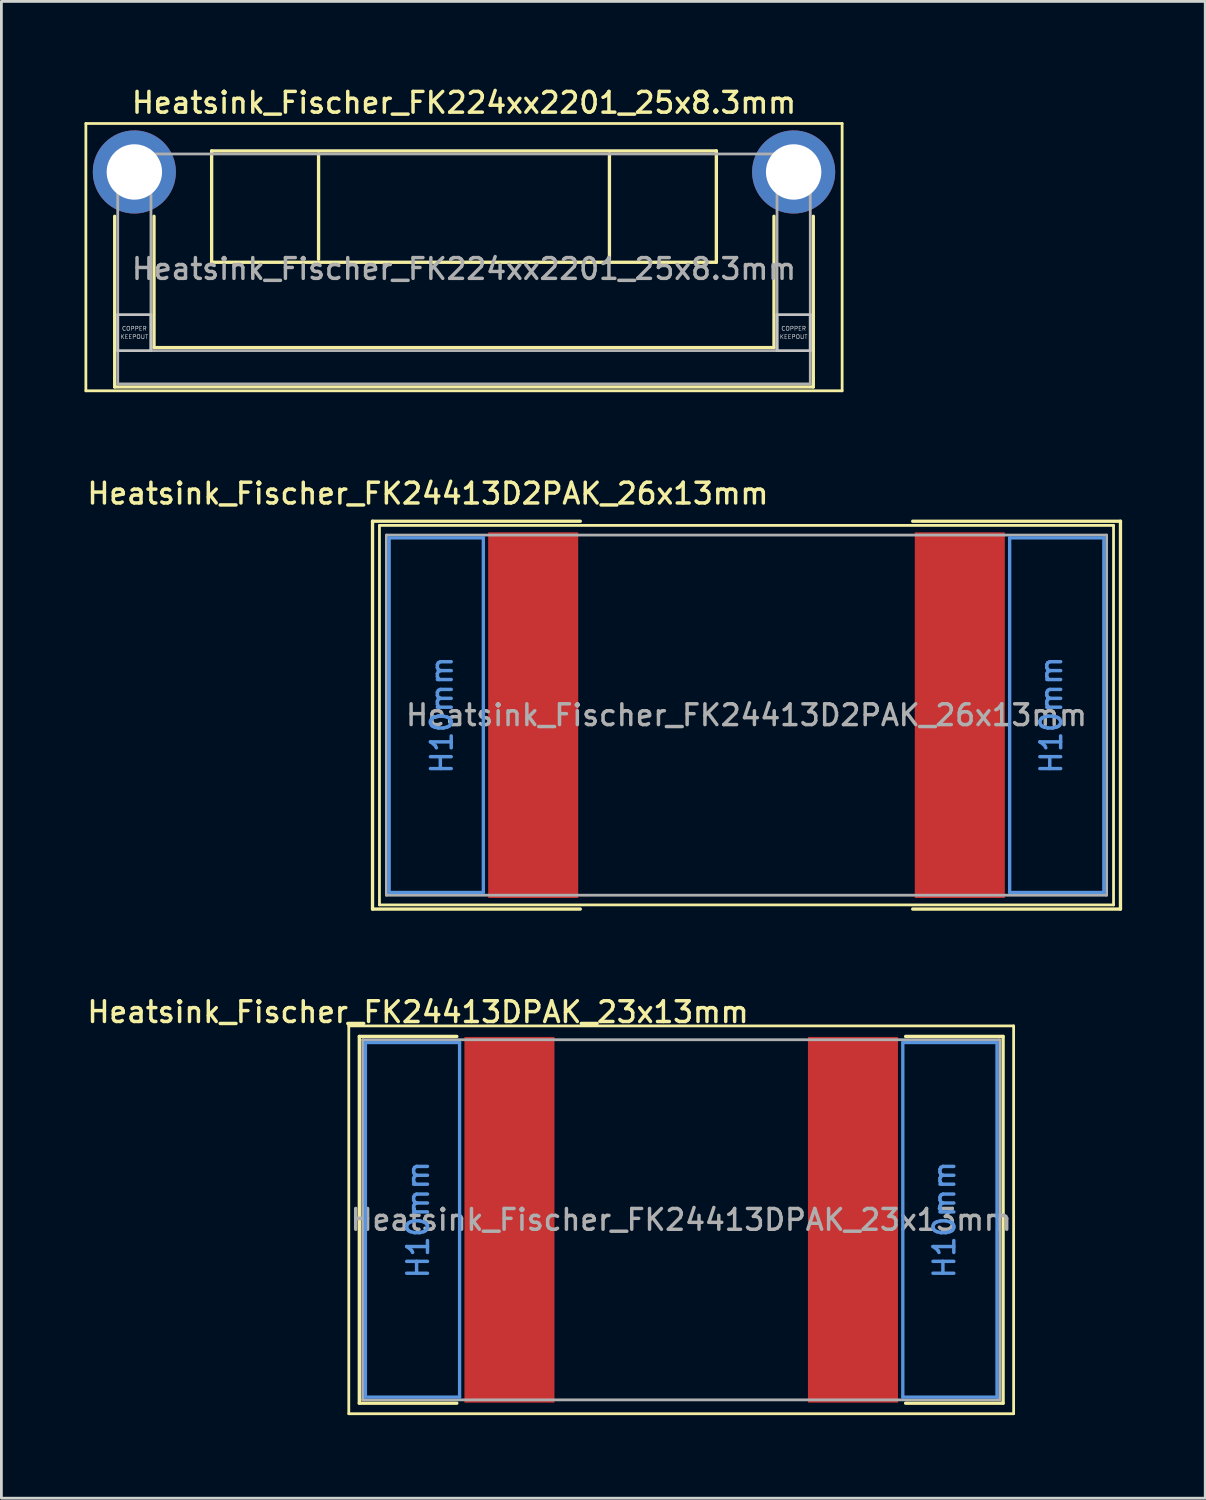
<source format=kicad_pcb>
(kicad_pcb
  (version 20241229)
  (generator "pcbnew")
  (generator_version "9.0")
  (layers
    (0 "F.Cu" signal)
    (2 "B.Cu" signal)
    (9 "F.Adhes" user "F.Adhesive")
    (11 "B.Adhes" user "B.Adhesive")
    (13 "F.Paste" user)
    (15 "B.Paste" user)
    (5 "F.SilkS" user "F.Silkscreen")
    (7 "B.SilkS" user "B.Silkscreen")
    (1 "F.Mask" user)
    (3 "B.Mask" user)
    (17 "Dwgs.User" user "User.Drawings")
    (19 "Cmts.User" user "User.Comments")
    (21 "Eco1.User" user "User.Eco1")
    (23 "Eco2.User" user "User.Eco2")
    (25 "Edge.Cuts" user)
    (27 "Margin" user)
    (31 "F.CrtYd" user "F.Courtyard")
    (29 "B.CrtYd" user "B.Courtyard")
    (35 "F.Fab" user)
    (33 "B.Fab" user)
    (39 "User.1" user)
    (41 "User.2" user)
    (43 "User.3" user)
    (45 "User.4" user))
  (footprint "Heatsink_Fischer_FK224xx2201_25x8.3mm"
    (layer "F.Cu")
    (at 1.8 3.158)
    (property "Reference" "Heatsink_Fischer_FK224xx2201_25x8.3mm" (at 11.9 -2.5 180) (layer "F.SilkS") (effects (font (size 0.75 0.75) (thickness 0.125))))
    (attr through_hole)
    (fp_line (start -1.75 -1.75) (end -1.75 7.9) (stroke (width 0.1) (type solid)) (layer "F.SilkS"))
    (fp_line (start -1.75 -1.75) (end 25.55 -1.75) (stroke (width 0.1) (type solid)) (layer "F.SilkS"))
    (fp_line (start -0.71 1.6) (end -0.71 7.76) (stroke (width 0.12) (type solid)) (layer "F.SilkS"))
    (fp_line (start 0.71 1.6) (end 0.71 6.34) (stroke (width 0.12) (type solid)) (layer "F.SilkS"))
    (fp_line (start 2.79 -0.76) (end 2.79 3.26) (stroke (width 0.12) (type solid)) (layer "F.SilkS"))
    (fp_line (start 2.79 3.26) (end 21.01 3.26) (stroke (width 0.12) (type solid)) (layer "F.SilkS"))
    (fp_line (start 6.65 -0.65) (end 6.65 3.15) (stroke (width 0.12) (type solid)) (layer "F.SilkS"))
    (fp_line (start 17.15 -0.65) (end 17.15 3.15) (stroke (width 0.12) (type solid)) (layer "F.SilkS"))
    (fp_line (start 21.01 -0.76) (end 2.79 -0.76) (stroke (width 0.12) (type solid)) (layer "F.SilkS"))
    (fp_line (start 21.01 3.26) (end 21.01 -0.76) (stroke (width 0.12) (type solid)) (layer "F.SilkS"))
    (fp_line (start 23.09 1.6) (end 23.09 6.34) (stroke (width 0.12) (type solid)) (layer "F.SilkS"))
    (fp_line (start 23.09 6.34) (end 0.71 6.34) (stroke (width 0.12) (type solid)) (layer "F.SilkS"))
    (fp_line (start 24.51 1.6) (end 24.51 7.76) (stroke (width 0.12) (type solid)) (layer "F.SilkS"))
    (fp_line (start 24.51 7.76) (end -0.71 7.76) (stroke (width 0.12) (type solid)) (layer "F.SilkS"))
    (fp_line (start 25.55 7.9) (end -1.75 7.9) (stroke (width 0.1) (type solid)) (layer "F.SilkS"))
    (fp_line (start 25.55 7.9) (end 25.55 -1.75) (stroke (width 0.1) (type solid)) (layer "F.SilkS"))
    (fp_line (start -0.6 5.15) (end 0.6 5.15) (stroke (width 0.1) (type solid)) (layer "Dwgs.User"))
    (fp_line (start -0.6 6.45) (end -0.6 5.15) (stroke (width 0.1) (type solid)) (layer "Dwgs.User"))
    (fp_line (start 0.6 5.15) (end 0.6 6.45) (stroke (width 0.1) (type solid)) (layer "Dwgs.User"))
    (fp_line (start 0.6 6.45) (end -0.6 6.45) (stroke (width 0.1) (type solid)) (layer "Dwgs.User"))
    (fp_line (start 23.2 5.15) (end 24.4 5.15) (stroke (width 0.1) (type solid)) (layer "Dwgs.User"))
    (fp_line (start 23.2 6.45) (end 23.2 5.15) (stroke (width 0.1) (type solid)) (layer "Dwgs.User"))
    (fp_line (start 24.4 5.15) (end 24.4 6.45) (stroke (width 0.1) (type solid)) (layer "Dwgs.User"))
    (fp_line (start 24.4 6.45) (end 23.2 6.45) (stroke (width 0.1) (type solid)) (layer "Dwgs.User"))
    (fp_line (start -0.6 -0.65) (end 24.4 -0.65) (stroke (width 0.1) (type solid)) (layer "F.Fab"))
    (fp_line (start -0.6 7.65) (end -0.6 -0.65) (stroke (width 0.1) (type solid)) (layer "F.Fab"))
    (fp_line (start 0.6 -0.65) (end 0.6 6.45) (stroke (width 0.1) (type solid)) (layer "F.Fab"))
    (fp_line (start 23.2 -0.65) (end 23.2 6.45) (stroke (width 0.1) (type solid)) (layer "F.Fab"))
    (fp_line (start 23.2 6.45) (end 0.6 6.45) (stroke (width 0.1) (type solid)) (layer "F.Fab"))
    (fp_line (start 24.4 -0.65) (end 24.4 7.65) (stroke (width 0.1) (type solid)) (layer "F.Fab"))
    (fp_line (start 24.4 7.65) (end -0.6 7.65) (stroke (width 0.1) (type solid)) (layer "F.Fab"))
    (fp_text user "COPPER" (at 23.8 5.65 0) (layer "Dwgs.User") (effects (font (size 0.15 0.15) (thickness 0.02))))
    (fp_text user "KEEPOUT" (at 23.8 5.95 0) (layer "Dwgs.User") (effects (font (size 0.15 0.15) (thickness 0.02))))
    (fp_text user "COPPER" (at 0 5.65 0) (layer "Dwgs.User") (effects (font (size 0.15 0.15) (thickness 0.02))))
    (fp_text user "KEEPOUT" (at 0 5.95 0) (layer "Dwgs.User") (effects (font (size 0.15 0.15) (thickness 0.02))))
    (fp_text user "${REFERENCE}" (at 11.9 3.5 0) (layer "F.Fab") (effects (font (size 0.75 0.75) (thickness 0.125))))
    (pad "1" thru_hole circle (at 0 0) (size 3 3) (drill 2) (layers "*.Cu" "*.Mask"))
    (pad "1" thru_hole circle (at 23.8 0) (size 3 3) (drill 2) (layers "*.Cu" "*.Mask")))
  (footprint "Heatsink_Fischer_FK24413D2PAK_26x13mm"
    (layer "F.Cu")
    (at 23.898 22.766)
    (property "Reference" "Heatsink_Fischer_FK24413D2PAK_26x13mm" (at -11.5 -8 180) (layer "F.SilkS") (effects (font (size 0.75 0.75) (thickness 0.125))))
    (attr smd)
    (fp_line (start -13.5 -7) (end -6 -7) (stroke (width 0.12) (type solid)) (layer "F.SilkS"))
    (fp_line (start -13.5 7) (end -13.5 -7) (stroke (width 0.12) (type solid)) (layer "F.SilkS"))
    (fp_line (start -13.5 7) (end -6 7) (stroke (width 0.12) (type solid)) (layer "F.SilkS"))
    (fp_line (start -13.25 -6.85) (end -13.25 6.85) (stroke (width 0.1) (type solid)) (layer "F.SilkS"))
    (fp_line (start -13.25 -6.85) (end 13.25 -6.85) (stroke (width 0.1) (type solid)) (layer "F.SilkS"))
    (fp_line (start 6 -7) (end 13.5 -7) (stroke (width 0.12) (type solid)) (layer "F.SilkS"))
    (fp_line (start 6 7) (end 13.5 7) (stroke (width 0.12) (type solid)) (layer "F.SilkS"))
    (fp_line (start 13.25 6.85) (end -13.25 6.85) (stroke (width 0.1) (type solid)) (layer "F.SilkS"))
    (fp_line (start 13.25 6.85) (end 13.25 -6.85) (stroke (width 0.1) (type solid)) (layer "F.SilkS"))
    (fp_line (start 13.5 -7) (end 13.5 7) (stroke (width 0.12) (type solid)) (layer "F.SilkS"))
    (fp_line (start -12.9 -6.4) (end -9.5 -6.4) (stroke (width 0.12) (type solid)) (layer "Cmts.User"))
    (fp_line (start -12.9 6.4) (end -12.9 -6.4) (stroke (width 0.12) (type solid)) (layer "Cmts.User"))
    (fp_line (start -9.5 -6.4) (end -9.5 6.4) (stroke (width 0.12) (type solid)) (layer "Cmts.User"))
    (fp_line (start -9.5 6.4) (end -12.9 6.4) (stroke (width 0.12) (type solid)) (layer "Cmts.User"))
    (fp_line (start 9.5 6.4) (end 9.5 -6.4) (stroke (width 0.12) (type solid)) (layer "Cmts.User"))
    (fp_line (start 9.5 6.4) (end 12.9 6.4) (stroke (width 0.12) (type solid)) (layer "Cmts.User"))
    (fp_line (start 12.9 -6.4) (end 9.5 -6.4) (stroke (width 0.12) (type solid)) (layer "Cmts.User"))
    (fp_line (start 12.9 6.4) (end 12.9 -6.4) (stroke (width 0.12) (type solid)) (layer "Cmts.User"))
    (fp_line (start -13 -6.5) (end 13 -6.5) (stroke (width 0.1) (type solid)) (layer "F.Fab"))
    (fp_line (start -13 6.5) (end -13 -6.5) (stroke (width 0.1) (type solid)) (layer "F.Fab"))
    (fp_line (start 13 -6.5) (end 13 6.5) (stroke (width 0.1) (type solid)) (layer "F.Fab"))
    (fp_line (start 13 6.5) (end -13 6.5) (stroke (width 0.1) (type solid)) (layer "F.Fab"))
    (fp_text user "H10mm" (at 11 0 90) (layer "Cmts.User") (effects (font (size 0.75 0.75) (thickness 0.125))))
    (fp_text user "H10mm" (at -11 0 90) (layer "Cmts.User") (effects (font (size 0.75 0.75) (thickness 0.125))))
    (fp_text user "${REFERENCE}" (at 0 0 0) (layer "F.Fab") (effects (font (size 0.75 0.75) (thickness 0.125))))
    (pad "1" smd rect (at -7.7 0 180) (size 3.25 13.2) (layers "F.Cu" "F.Mask" "F.Paste"))
    (pad "1" smd rect (at 7.7 0) (size 3.25 13.2) (layers "F.Cu" "F.Mask" "F.Paste")))
  (footprint "Heatsink_Fischer_FK24413DPAK_23x13mm"
    (layer "F.Cu")
    (at 21.541 40.984)
    (property "Reference" "Heatsink_Fischer_FK24413DPAK_23x13mm" (at -9.5 -7.5 180) (layer "F.SilkS") (effects (font (size 0.75 0.75) (thickness 0.125))))
    (attr smd)
    (fp_line (start -12 -7) (end -12 7) (stroke (width 0.1) (type solid)) (layer "F.SilkS"))
    (fp_line (start -12 -7) (end 12 -7) (stroke (width 0.1) (type solid)) (layer "F.SilkS"))
    (fp_line (start -11.62 -6.62) (end -8.1 -6.62) (stroke (width 0.12) (type solid)) (layer "F.SilkS"))
    (fp_line (start -11.62 6.62) (end -11.62 -6.62) (stroke (width 0.12) (type solid)) (layer "F.SilkS"))
    (fp_line (start -11.62 6.62) (end -8.1 6.62) (stroke (width 0.12) (type solid)) (layer "F.SilkS"))
    (fp_line (start 8.1 -6.62) (end 11.62 -6.62) (stroke (width 0.12) (type solid)) (layer "F.SilkS"))
    (fp_line (start 8.1 6.62) (end 11.62 6.62) (stroke (width 0.12) (type solid)) (layer "F.SilkS"))
    (fp_line (start 11.62 -6.62) (end 11.62 6.62) (stroke (width 0.12) (type solid)) (layer "F.SilkS"))
    (fp_line (start 12 7) (end -12 7) (stroke (width 0.1) (type solid)) (layer "F.SilkS"))
    (fp_line (start 12 7) (end 12 -7) (stroke (width 0.1) (type solid)) (layer "F.SilkS"))
    (fp_line (start -11.4 -6.4) (end -8 -6.4) (stroke (width 0.12) (type solid)) (layer "Cmts.User"))
    (fp_line (start -11.4 6.4) (end -11.4 -6.4) (stroke (width 0.12) (type solid)) (layer "Cmts.User"))
    (fp_line (start -8 -6.4) (end -8 6.4) (stroke (width 0.12) (type solid)) (layer "Cmts.User"))
    (fp_line (start -8 6.4) (end -11.4 6.4) (stroke (width 0.12) (type solid)) (layer "Cmts.User"))
    (fp_line (start 8 6.4) (end 8 -6.4) (stroke (width 0.12) (type solid)) (layer "Cmts.User"))
    (fp_line (start 8 6.4) (end 11.4 6.4) (stroke (width 0.12) (type solid)) (layer "Cmts.User"))
    (fp_line (start 11.4 -6.4) (end 8 -6.4) (stroke (width 0.12) (type solid)) (layer "Cmts.User"))
    (fp_line (start 11.4 6.4) (end 11.4 -6.4) (stroke (width 0.12) (type solid)) (layer "Cmts.User"))
    (fp_line (start -11.5 -6.5) (end 11.5 -6.5) (stroke (width 0.1) (type solid)) (layer "F.Fab"))
    (fp_line (start -11.5 6.5) (end -11.5 -6.5) (stroke (width 0.1) (type solid)) (layer "F.Fab"))
    (fp_line (start 11.5 -6.5) (end 11.5 6.5) (stroke (width 0.1) (type solid)) (layer "F.Fab"))
    (fp_line (start 11.5 6.5) (end -11.5 6.5) (stroke (width 0.1) (type solid)) (layer "F.Fab"))
    (fp_text user "H10mm" (at 9.5 0 90) (layer "Cmts.User") (effects (font (size 0.75 0.75) (thickness 0.125))))
    (fp_text user "H10mm" (at -9.5 0 90) (layer "Cmts.User") (effects (font (size 0.75 0.75) (thickness 0.125))))
    (fp_text user "${REFERENCE}" (at 0 0 0) (layer "F.Fab") (effects (font (size 0.75 0.75) (thickness 0.125))))
    (pad "1" smd rect (at -6.2 0 180) (size 3.25 13.2) (layers "F.Cu" "F.Mask" "F.Paste"))
    (pad "1" smd rect (at 6.2 0) (size 3.25 13.2) (layers "F.Cu" "F.Mask" "F.Paste")))
  (gr_rect
    (start -3 -3)
    (end 40.458 51.034)
    (stroke (width 0.1) (type default))
    (fill no)
    (layer "Edge.Cuts")))
</source>
